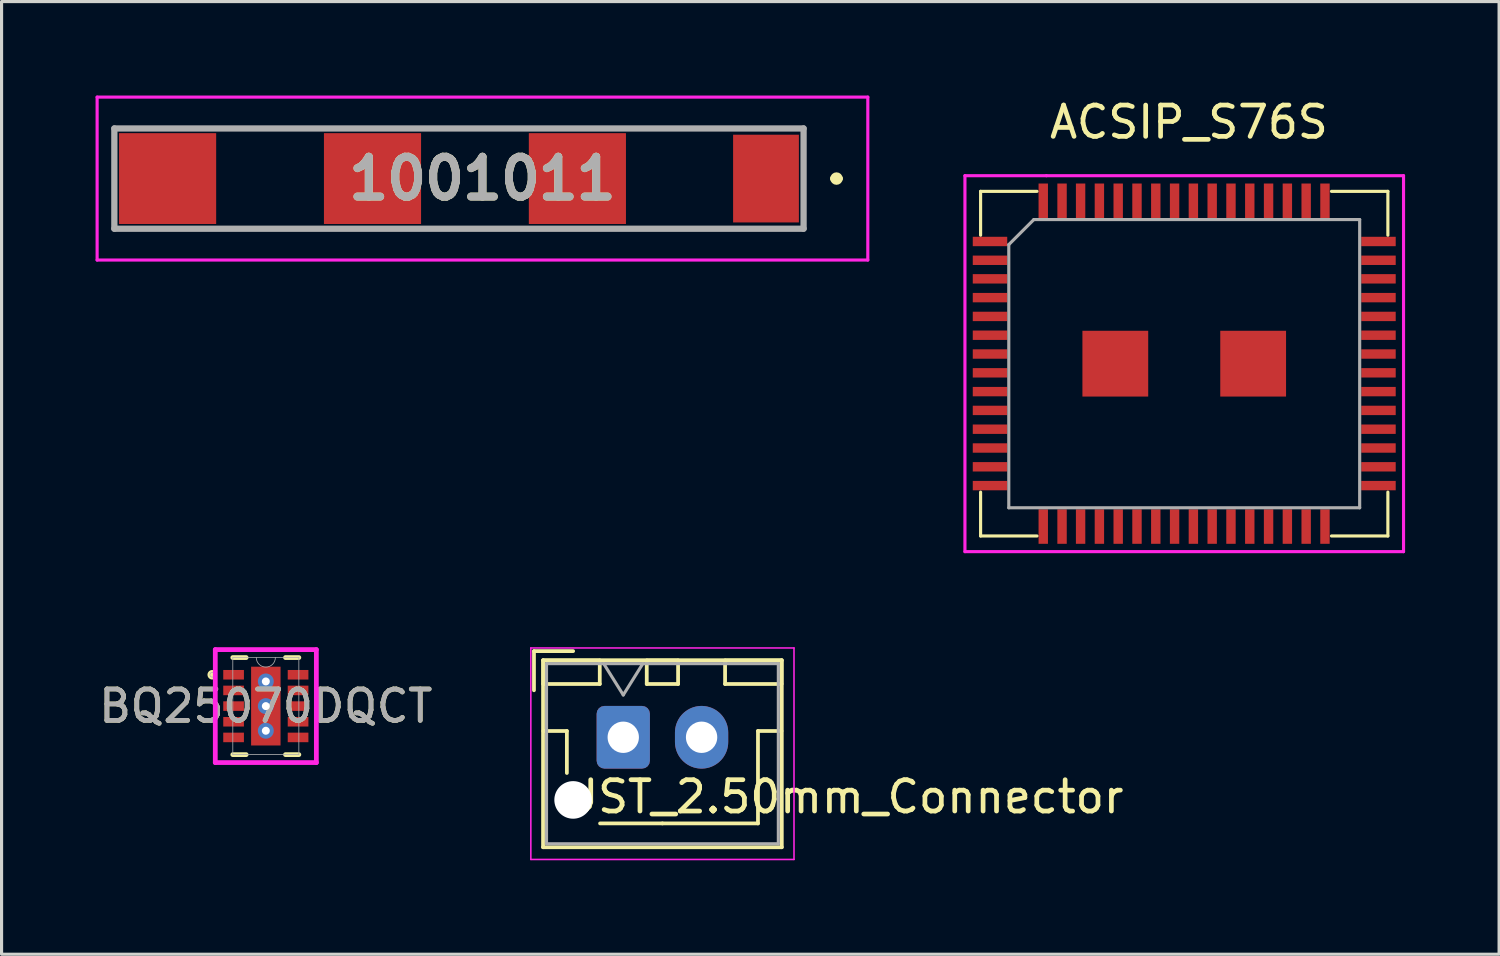
<source format=kicad_pcb>
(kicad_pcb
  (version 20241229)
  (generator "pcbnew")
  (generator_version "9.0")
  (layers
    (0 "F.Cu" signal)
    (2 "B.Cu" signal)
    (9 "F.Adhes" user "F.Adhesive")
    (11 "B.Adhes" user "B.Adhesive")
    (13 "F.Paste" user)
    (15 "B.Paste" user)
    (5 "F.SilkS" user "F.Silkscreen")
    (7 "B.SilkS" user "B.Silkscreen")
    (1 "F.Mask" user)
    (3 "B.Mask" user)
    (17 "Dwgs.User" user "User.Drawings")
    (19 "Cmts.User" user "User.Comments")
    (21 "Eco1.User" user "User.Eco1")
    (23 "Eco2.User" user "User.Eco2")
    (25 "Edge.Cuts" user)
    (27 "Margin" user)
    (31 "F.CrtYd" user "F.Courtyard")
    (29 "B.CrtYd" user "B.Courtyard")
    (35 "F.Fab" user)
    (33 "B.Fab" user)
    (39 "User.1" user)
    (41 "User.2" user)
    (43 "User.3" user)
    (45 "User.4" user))
  (footprint "1001011"
    (layer "F.Cu")
    (at 11.6 2.65)
    (property "Reference" "1001011" (at 0.75 0 0) (layer "F.SilkS") (effects (font (size 1.27 1.27) (thickness 0.254))))
    (attr smd)
    (fp_line (start 11.95 0) (end 11.95 0) (stroke (width 0.2) (type solid)) (layer "F.SilkS"))
    (fp_line (start 12.15 0) (end 12.15 0) (stroke (width 0.2) (type solid)) (layer "F.SilkS"))
    (fp_arc (start 11.95 0) (mid 12.05 -0.1) (end 12.15 0) (stroke (width 0.2) (type solid)) (layer "F.SilkS"))
    (fp_arc (start 12.15 0) (mid 12.05 0.1) (end 11.95 0) (stroke (width 0.2) (type solid)) (layer "F.SilkS"))
    (fp_line (start -11.55 -2.6) (end 13.05 -2.6) (stroke (width 0.1) (type solid)) (layer "F.CrtYd"))
    (fp_line (start -11.55 2.6) (end -11.55 -2.6) (stroke (width 0.1) (type solid)) (layer "F.CrtYd"))
    (fp_line (start 13.05 -2.6) (end 13.05 2.6) (stroke (width 0.1) (type solid)) (layer "F.CrtYd"))
    (fp_line (start 13.05 2.6) (end -11.55 2.6) (stroke (width 0.1) (type solid)) (layer "F.CrtYd"))
    (fp_line (start -11 -1.6) (end 11 -1.6) (stroke (width 0.2) (type solid)) (layer "F.Fab"))
    (fp_line (start -11 1.6) (end -11 -1.6) (stroke (width 0.2) (type solid)) (layer "F.Fab"))
    (fp_line (start 11 -1.6) (end 11 1.6) (stroke (width 0.2) (type solid)) (layer "F.Fab"))
    (fp_line (start 11 1.6) (end -11 1.6) (stroke (width 0.2) (type solid)) (layer "F.Fab"))
    (fp_text user "${REFERENCE}" (at 0.75 0 0) (layer "F.Fab") (effects (font (size 1.27 1.27) (thickness 0.254))))
    (pad "1" smd rect (at 9.8 0) (size 2.1 2.8) (layers "F.Cu" "F.Mask" "F.Paste"))
    (pad "2" smd rect (at 3.78 0 90) (size 2.9 3.1) (layers "F.Cu" "F.Mask" "F.Paste"))
    (pad "3" smd rect (at -2.76 0 90) (size 2.9 3.1) (layers "F.Cu" "F.Mask" "F.Paste"))
    (pad "4" smd rect (at -9.3 0 90) (size 2.9 3.1) (layers "F.Cu" "F.Mask" "F.Paste")))
  (footprint "JST_2.50mm_Connector"
    (layer "F.Cu")
    (at 16.844 20.483)
    (property "Reference" "JST_2.50mm_Connector" (at 7.2 1.9 180) (layer "F.SilkS") (effects (font (size 1 1) (thickness 0.15))))
    (attr through_hole)
    (fp_line (start -2.85 -2.75) (end -2.85 -1.5) (stroke (width 0.12) (type solid)) (layer "F.SilkS"))
    (fp_line (start -2.56 -2.46) (end -2.56 3.51) (stroke (width 0.12) (type solid)) (layer "F.SilkS"))
    (fp_line (start -2.56 3.51) (end 5.06 3.51) (stroke (width 0.12) (type solid)) (layer "F.SilkS"))
    (fp_line (start -2.55 -2.45) (end -2.55 -1.7) (stroke (width 0.12) (type solid)) (layer "F.SilkS"))
    (fp_line (start -2.55 -1.7) (end -0.75 -1.7) (stroke (width 0.12) (type solid)) (layer "F.SilkS"))
    (fp_line (start -2.55 -0.2) (end -1.8 -0.2) (stroke (width 0.12) (type solid)) (layer "F.SilkS"))
    (fp_line (start -1.8 -0.2) (end -1.8 1.14) (stroke (width 0.12) (type solid)) (layer "F.SilkS"))
    (fp_line (start -1.6 -2.75) (end -2.85 -2.75) (stroke (width 0.12) (type solid)) (layer "F.SilkS"))
    (fp_line (start -0.75 -2.45) (end -2.55 -2.45) (stroke (width 0.12) (type solid)) (layer "F.SilkS"))
    (fp_line (start -0.75 -1.7) (end -0.75 -2.45) (stroke (width 0.12) (type solid)) (layer "F.SilkS"))
    (fp_line (start 0.75 -2.45) (end 0.75 -1.7) (stroke (width 0.12) (type solid)) (layer "F.SilkS"))
    (fp_line (start 0.75 -1.7) (end 1.75 -1.7) (stroke (width 0.12) (type solid)) (layer "F.SilkS"))
    (fp_line (start 1.25 2.75) (end -0.74 2.75) (stroke (width 0.12) (type solid)) (layer "F.SilkS"))
    (fp_line (start 1.75 -2.45) (end 0.75 -2.45) (stroke (width 0.12) (type solid)) (layer "F.SilkS"))
    (fp_line (start 1.75 -1.7) (end 1.75 -2.45) (stroke (width 0.12) (type solid)) (layer "F.SilkS"))
    (fp_line (start 3.25 -2.45) (end 3.25 -1.7) (stroke (width 0.12) (type solid)) (layer "F.SilkS"))
    (fp_line (start 3.25 -1.7) (end 5.05 -1.7) (stroke (width 0.12) (type solid)) (layer "F.SilkS"))
    (fp_line (start 4.3 -0.2) (end 4.3 2.75) (stroke (width 0.12) (type solid)) (layer "F.SilkS"))
    (fp_line (start 4.3 2.75) (end 1.25 2.75) (stroke (width 0.12) (type solid)) (layer "F.SilkS"))
    (fp_line (start 5.05 -2.45) (end 3.25 -2.45) (stroke (width 0.12) (type solid)) (layer "F.SilkS"))
    (fp_line (start 5.05 -1.7) (end 5.05 -2.45) (stroke (width 0.12) (type solid)) (layer "F.SilkS"))
    (fp_line (start 5.05 -0.2) (end 4.3 -0.2) (stroke (width 0.12) (type solid)) (layer "F.SilkS"))
    (fp_line (start 5.06 -2.46) (end -2.56 -2.46) (stroke (width 0.12) (type solid)) (layer "F.SilkS"))
    (fp_line (start 5.06 3.51) (end 5.06 -2.46) (stroke (width 0.12) (type solid)) (layer "F.SilkS"))
    (fp_line (start -2.95 -2.85) (end -2.95 3.9) (stroke (width 0.05) (type solid)) (layer "F.CrtYd"))
    (fp_line (start -2.95 3.9) (end 5.45 3.9) (stroke (width 0.05) (type solid)) (layer "F.CrtYd"))
    (fp_line (start 5.45 -2.85) (end -2.95 -2.85) (stroke (width 0.05) (type solid)) (layer "F.CrtYd"))
    (fp_line (start 5.45 3.9) (end 5.45 -2.85) (stroke (width 0.05) (type solid)) (layer "F.CrtYd"))
    (fp_line (start -2.45 -2.35) (end -2.45 3.4) (stroke (width 0.1) (type solid)) (layer "F.Fab"))
    (fp_line (start -2.45 3.4) (end 4.95 3.4) (stroke (width 0.1) (type solid)) (layer "F.Fab"))
    (fp_line (start -0.625 -2.35) (end 0 -1.35) (stroke (width 0.1) (type solid)) (layer "F.Fab"))
    (fp_line (start 0 -1.35) (end 0.625 -2.35) (stroke (width 0.1) (type solid)) (layer "F.Fab"))
    (fp_line (start 4.95 -2.35) (end -2.45 -2.35) (stroke (width 0.1) (type solid)) (layer "F.Fab"))
    (fp_line (start 4.95 3.4) (end 4.95 -2.35) (stroke (width 0.1) (type solid)) (layer "F.Fab"))
    (pad "" np_thru_hole circle (at -1.6 2) (size 1.2 1.2) (drill 1.2) (layers "*.Cu" "*.Mask"))
    (pad "1" thru_hole roundrect (at 0 0) (size 1.7 2) (drill 1) (layers "*.Cu" "*.Mask") (roundrect_rratio 0.147))
    (pad "2" thru_hole oval (at 2.5 0) (size 1.7 2) (drill 1) (layers "*.Cu" "*.Mask")))
  (footprint "BQ25070DQCT"
    (layer "F.Cu")
    (at 5.435 19.488)
    (property "Reference" "BQ25070DQCT" (at 0 0 0) (unlocked yes) (layer "F.SilkS") (effects (font (size 1 1) (thickness 0.15))))
    (attr smd)
    (fp_poly (pts (xy -0.533 -1.321) (xy -0.2 -1.321) (xy -0.2 1.321) (xy -0.533 1.321)) (stroke (width 0) (type solid)) (fill yes) (layer "F.Mask"))
    (fp_poly (pts (xy -0.533 -1.321) (xy 0.533 -1.321) (xy 0.533 -0.987) (xy -0.533 -0.987)) (stroke (width 0) (type solid)) (fill yes) (layer "F.Mask"))
    (fp_poly (pts (xy -0.533 -0.587) (xy 0.533 -0.587) (xy 0.533 -0.2) (xy -0.533 -0.2)) (stroke (width 0) (type solid)) (fill yes) (layer "F.Mask"))
    (fp_poly (pts (xy -0.533 0.2) (xy 0.533 0.2) (xy 0.533 0.587) (xy -0.533 0.587)) (stroke (width 0) (type solid)) (fill yes) (layer "F.Mask"))
    (fp_poly (pts (xy -0.533 0.987) (xy 0.533 0.987) (xy 0.533 1.321) (xy -0.533 1.321)) (stroke (width 0) (type solid)) (fill yes) (layer "F.Mask"))
    (fp_poly (pts (xy 0.2 -1.321) (xy 0.533 -1.321) (xy 0.533 1.321) (xy 0.2 1.321)) (stroke (width 0) (type solid)) (fill yes) (layer "F.Mask"))
    (fp_line (start -1.054 1.549) (end -0.629 1.549) (stroke (width 0.152) (type solid)) (layer "F.SilkS"))
    (fp_line (start -0.629 -1.549) (end -1.054 -1.549) (stroke (width 0.152) (type solid)) (layer "F.SilkS"))
    (fp_line (start 0.629 1.549) (end 1.054 1.549) (stroke (width 0.152) (type solid)) (layer "F.SilkS"))
    (fp_line (start 1.054 -1.549) (end 0.629 -1.549) (stroke (width 0.152) (type solid)) (layer "F.SilkS"))
    (fp_arc (start -1.69164 -0.926171) (mid -1.7867 -1) (end -1.69164 -1.073829) (stroke (width 0.1524) (type solid)) (layer "F.SilkS"))
    (fp_poly (pts (xy -0.395 -1.182) (xy -0.395 -0.887) (xy -0.241 -0.887) (xy -0.1 -1.029) (xy -0.1 -1.182)) (stroke (width 0) (type solid)) (fill yes) (layer "F.Paste"))
    (fp_poly (pts (xy -0.395 0.887) (xy -0.395 1.182) (xy -0.1 1.182) (xy -0.1 1.029) (xy -0.241 0.887)) (stroke (width 0) (type solid)) (fill yes) (layer "F.Paste"))
    (fp_poly (pts (xy 0.1 -1.182) (xy 0.1 -1.029) (xy 0.241 -0.887) (xy 0.395 -0.887) (xy 0.395 -1.182)) (stroke (width 0) (type solid)) (fill yes) (layer "F.Paste"))
    (fp_poly (pts (xy 0.241 0.887) (xy 0.1 1.029) (xy 0.1 1.182) (xy 0.395 1.182) (xy 0.395 0.887)) (stroke (width 0) (type solid)) (fill yes) (layer "F.Paste"))
    (fp_poly (pts (xy -0.395 -0.687) (xy -0.395 -0.1) (xy -0.241 -0.1) (xy -0.1 -0.241) (xy -0.1 -0.546) (xy -0.241 -0.687)) (stroke (width 0) (type solid)) (fill yes) (layer "F.Paste"))
    (fp_poly (pts (xy -0.395 0.1) (xy -0.395 0.687) (xy -0.241 0.687) (xy -0.1 0.546) (xy -0.1 0.241) (xy -0.241 0.1)) (stroke (width 0) (type solid)) (fill yes) (layer "F.Paste"))
    (fp_poly (pts (xy 0.241 -0.687) (xy 0.1 -0.546) (xy 0.1 -0.241) (xy 0.241 -0.1) (xy 0.395 -0.1) (xy 0.395 -0.687)) (stroke (width 0) (type solid)) (fill yes) (layer "F.Paste"))
    (fp_poly (pts (xy 0.241 0.1) (xy 0.1 0.241) (xy 0.1 0.546) (xy 0.241 0.687) (xy 0.395 0.687) (xy 0.395 0.1)) (stroke (width 0) (type solid)) (fill yes) (layer "F.Paste"))
    (fp_line (start -1.613 -1.803) (end 1.613 -1.803) (stroke (width 0.152) (type solid)) (layer "F.CrtYd"))
    (fp_line (start -1.613 1.803) (end -1.613 -1.803) (stroke (width 0.152) (type solid)) (layer "F.CrtYd"))
    (fp_line (start 1.613 -1.803) (end 1.613 1.803) (stroke (width 0.152) (type solid)) (layer "F.CrtYd"))
    (fp_line (start 1.613 1.803) (end -1.613 1.803) (stroke (width 0.152) (type solid)) (layer "F.CrtYd"))
    (fp_line (start -1.054 -1.549) (end -1.054 1.549) (stroke (width 0.025) (type solid)) (layer "F.Fab"))
    (fp_line (start -1.054 1.549) (end 1.054 1.549) (stroke (width 0.025) (type solid)) (layer "F.Fab"))
    (fp_line (start 1.054 -1.549) (end -1.054 -1.549) (stroke (width 0.025) (type solid)) (layer "F.Fab"))
    (fp_line (start 1.054 1.549) (end 1.054 -1.549) (stroke (width 0.025) (type solid)) (layer "F.Fab"))
    (fp_arc (start 0.3048 -1.5494) (mid 0 -1.2446) (end -0.3048 -1.5494) (stroke (width 0.0254) (type solid)) (layer "F.Fab"))
    (fp_circle (center -1.71 -1) (end -1.634 -1) (stroke (width 0.025) (type solid)) (fill no) (layer "F.Fab"))
    (fp_text user "${REFERENCE}" (at 0 0 0) (unlocked yes) (layer "F.Fab") (effects (font (size 1 1) (thickness 0.15))))
    (pad "1" smd rect (at -1.029 -1) (size 0.66 0.305) (layers "F.Cu" "F.Mask" "F.Paste"))
    (pad "2" smd rect (at -1.029 -0.5) (size 0.66 0.305) (layers "F.Cu" "F.Mask" "F.Paste"))
    (pad "3" smd rect (at -1.029 0) (size 0.66 0.305) (layers "F.Cu" "F.Mask" "F.Paste"))
    (pad "4" smd rect (at -1.029 0.5) (size 0.66 0.305) (layers "F.Cu" "F.Mask" "F.Paste"))
    (pad "5" smd rect (at -1.029 1) (size 0.66 0.305) (layers "F.Cu" "F.Mask" "F.Paste"))
    (pad "6" smd rect (at 1.029 1) (size 0.66 0.305) (layers "F.Cu" "F.Mask" "F.Paste"))
    (pad "7" smd rect (at 1.029 0.5) (size 0.66 0.305) (layers "F.Cu" "F.Mask" "F.Paste"))
    (pad "8" smd rect (at 1.029 0) (size 0.66 0.305) (layers "F.Cu" "F.Mask" "F.Paste"))
    (pad "9" smd rect (at 1.029 -0.5) (size 0.66 0.305) (layers "F.Cu" "F.Mask" "F.Paste"))
    (pad "10" smd rect (at 1.029 -1) (size 0.66 0.305) (layers "F.Cu" "F.Mask" "F.Paste"))
    (pad "11" smd rect (at 0 0) (size 0.94 2.515) (layers "F.Cu" "F.Mask"))
    (pad "V" thru_hole circle (at 0 -0.787) (size 0.508 0.508) (drill 0.254) (layers "*.Cu" "*.Mask"))
    (pad "V" thru_hole circle (at 0 0) (size 0.508 0.508) (drill 0.254) (layers "*.Cu" "*.Mask"))
    (pad "V" thru_hole circle (at 0 0.787) (size 0.508 0.508) (drill 0.254) (layers "*.Cu" "*.Mask")))
  (footprint "ACSIP_S76S"
    (layer "F.Cu")
    (at 28.55 4.658)
    (property "Reference" "ACSIP_S76S" (at 6.35 -3.81 0) (layer "F.SilkS") (effects (font (size 1 1) (thickness 0.15))))
    (attr through_hole)
    (fp_line (start -0.3 -1.6) (end 1.5 -1.6) (stroke (width 0.1) (type solid)) (layer "F.SilkS"))
    (fp_line (start -0.3 -0.2) (end -0.3 -1.6) (stroke (width 0.1) (type solid)) (layer "F.SilkS"))
    (fp_line (start -0.3 8) (end -0.3 9.4) (stroke (width 0.1) (type solid)) (layer "F.SilkS"))
    (fp_line (start -0.3 9.4) (end 1.5 9.4) (stroke (width 0.1) (type solid)) (layer "F.SilkS"))
    (fp_line (start 12.7 -1.6) (end 10.9 -1.6) (stroke (width 0.1) (type solid)) (layer "F.SilkS"))
    (fp_line (start 12.7 -0.2) (end 12.7 -1.6) (stroke (width 0.1) (type solid)) (layer "F.SilkS"))
    (fp_line (start 12.7 8) (end 12.7 9.4) (stroke (width 0.1) (type solid)) (layer "F.SilkS"))
    (fp_line (start 12.7 9.4) (end 10.9 9.4) (stroke (width 0.1) (type solid)) (layer "F.SilkS"))
    (fp_line (start -0.8 -2.1) (end -0.8 9.9) (stroke (width 0.1) (type solid)) (layer "F.CrtYd"))
    (fp_line (start -0.8 9.9) (end 13.2 9.9) (stroke (width 0.1) (type solid)) (layer "F.CrtYd"))
    (fp_line (start 1.8 -2.1) (end -0.8 -2.1) (stroke (width 0.1) (type solid)) (layer "F.CrtYd"))
    (fp_line (start 13.2 -2.1) (end 1.8 -2.1) (stroke (width 0.1) (type solid)) (layer "F.CrtYd"))
    (fp_line (start 13.2 9.9) (end 13.2 -2.1) (stroke (width 0.1) (type solid)) (layer "F.CrtYd"))
    (fp_line (start 0.6 0.1) (end 0.6 8.5) (stroke (width 0.1) (type solid)) (layer "F.Fab"))
    (fp_line (start 0.6 8.5) (end 11.8 8.5) (stroke (width 0.1) (type solid)) (layer "F.Fab"))
    (fp_line (start 1.4 -0.7) (end 0.6 0.1) (stroke (width 0.1) (type solid)) (layer "F.Fab"))
    (fp_line (start 11.8 -0.7) (end 1.4 -0.7) (stroke (width 0.1) (type solid)) (layer "F.Fab"))
    (fp_line (start 11.8 8.5) (end 11.8 -0.7) (stroke (width 0.1) (type solid)) (layer "F.Fab"))
    (pad "1" smd rect (at 0 0) (size 1.1 0.3) (layers "F.Cu" "F.Mask" "F.Paste"))
    (pad "2" smd rect (at 0 0.6) (size 1.1 0.3) (layers "F.Cu" "F.Mask" "F.Paste"))
    (pad "3" smd rect (at 0 1.192) (size 1.1 0.3) (layers "F.Cu" "F.Mask" "F.Paste"))
    (pad "4" smd rect (at 0 1.792) (size 1.1 0.3) (layers "F.Cu" "F.Mask" "F.Paste"))
    (pad "5" smd rect (at 0 2.392) (size 1.1 0.3) (layers "F.Cu" "F.Mask" "F.Paste"))
    (pad "6" smd rect (at 0 2.992) (size 1.1 0.3) (layers "F.Cu" "F.Mask" "F.Paste"))
    (pad "7" smd rect (at 0 3.592) (size 1.1 0.3) (layers "F.Cu" "F.Mask" "F.Paste"))
    (pad "8" smd rect (at 0 4.192) (size 1.1 0.3) (layers "F.Cu" "F.Mask" "F.Paste"))
    (pad "9" smd rect (at 0 4.792) (size 1.1 0.3) (layers "F.Cu" "F.Mask" "F.Paste"))
    (pad "10" smd rect (at 0 5.392) (size 1.1 0.3) (layers "F.Cu" "F.Mask" "F.Paste"))
    (pad "11" smd rect (at 0 5.992) (size 1.1 0.3) (layers "F.Cu" "F.Mask" "F.Paste"))
    (pad "12" smd rect (at 0 6.592) (size 1.1 0.3) (layers "F.Cu" "F.Mask" "F.Paste"))
    (pad "13" smd rect (at 0 7.192) (size 1.1 0.3) (layers "F.Cu" "F.Mask" "F.Paste"))
    (pad "14" smd rect (at 0 7.792) (size 1.1 0.3) (layers "F.Cu" "F.Mask" "F.Paste"))
    (pad "15" smd rect (at 1.7 9.1 90) (size 1.1 0.3) (layers "F.Cu" "F.Mask" "F.Paste"))
    (pad "16" smd rect (at 2.3 9.1 90) (size 1.1 0.3) (layers "F.Cu" "F.Mask" "F.Paste"))
    (pad "17" smd rect (at 2.892 9.1 90) (size 1.1 0.3) (layers "F.Cu" "F.Mask" "F.Paste"))
    (pad "18" smd rect (at 3.492 9.1 90) (size 1.1 0.3) (layers "F.Cu" "F.Mask" "F.Paste"))
    (pad "19" smd rect (at 4.092 9.1 90) (size 1.1 0.3) (layers "F.Cu" "F.Mask" "F.Paste"))
    (pad "20" smd rect (at 4.692 9.1 90) (size 1.1 0.3) (layers "F.Cu" "F.Mask" "F.Paste"))
    (pad "21" smd rect (at 5.292 9.1 90) (size 1.1 0.3) (layers "F.Cu" "F.Mask" "F.Paste"))
    (pad "22" smd rect (at 5.892 9.1 90) (size 1.1 0.3) (layers "F.Cu" "F.Mask" "F.Paste"))
    (pad "23" smd rect (at 6.492 9.1 90) (size 1.1 0.3) (layers "F.Cu" "F.Mask" "F.Paste"))
    (pad "24" smd rect (at 7.092 9.1 90) (size 1.1 0.3) (layers "F.Cu" "F.Mask" "F.Paste"))
    (pad "25" smd rect (at 7.692 9.1 90) (size 1.1 0.3) (layers "F.Cu" "F.Mask" "F.Paste"))
    (pad "26" smd rect (at 8.292 9.1 90) (size 1.1 0.3) (layers "F.Cu" "F.Mask" "F.Paste"))
    (pad "27" smd rect (at 8.892 9.1 90) (size 1.1 0.3) (layers "F.Cu" "F.Mask" "F.Paste"))
    (pad "28" smd rect (at 9.492 9.1 90) (size 1.1 0.3) (layers "F.Cu" "F.Mask" "F.Paste"))
    (pad "29" smd rect (at 10.092 9.1 90) (size 1.1 0.3) (layers "F.Cu" "F.Mask" "F.Paste"))
    (pad "30" smd rect (at 10.692 9.1 90) (size 1.1 0.3) (layers "F.Cu" "F.Mask" "F.Paste"))
    (pad "31" smd rect (at 12.4 7.792) (size 1.1 0.3) (layers "F.Cu" "F.Mask" "F.Paste"))
    (pad "32" smd rect (at 12.4 7.192) (size 1.1 0.3) (layers "F.Cu" "F.Mask" "F.Paste"))
    (pad "33" smd rect (at 12.4 6.592) (size 1.1 0.3) (layers "F.Cu" "F.Mask" "F.Paste"))
    (pad "34" smd rect (at 12.4 5.992) (size 1.1 0.3) (layers "F.Cu" "F.Mask" "F.Paste"))
    (pad "35" smd rect (at 12.4 5.392) (size 1.1 0.3) (layers "F.Cu" "F.Mask" "F.Paste"))
    (pad "36" smd rect (at 12.4 4.792) (size 1.1 0.3) (layers "F.Cu" "F.Mask" "F.Paste"))
    (pad "37" smd rect (at 12.4 4.192) (size 1.1 0.3) (layers "F.Cu" "F.Mask" "F.Paste"))
    (pad "38" smd rect (at 12.4 3.592) (size 1.1 0.3) (layers "F.Cu" "F.Mask" "F.Paste"))
    (pad "39" smd rect (at 12.4 2.992) (size 1.1 0.3) (layers "F.Cu" "F.Mask" "F.Paste"))
    (pad "40" smd rect (at 12.4 2.392) (size 1.1 0.3) (layers "F.Cu" "F.Mask" "F.Paste"))
    (pad "41" smd rect (at 12.4 1.792) (size 1.1 0.3) (layers "F.Cu" "F.Mask" "F.Paste"))
    (pad "42" smd rect (at 12.4 1.192) (size 1.1 0.3) (layers "F.Cu" "F.Mask" "F.Paste"))
    (pad "43" smd rect (at 12.4 0.6) (size 1.1 0.3) (layers "F.Cu" "F.Mask" "F.Paste"))
    (pad "44" smd rect (at 12.4 0) (size 1.1 0.3) (layers "F.Cu" "F.Mask" "F.Paste"))
    (pad "45" smd rect (at 10.692 -1.3 90) (size 1.1 0.3) (layers "F.Cu" "F.Mask" "F.Paste"))
    (pad "46" smd rect (at 10.092 -1.3 90) (size 1.1 0.3) (layers "F.Cu" "F.Mask" "F.Paste"))
    (pad "47" smd rect (at 9.492 -1.3 90) (size 1.1 0.3) (layers "F.Cu" "F.Mask" "F.Paste"))
    (pad "48" smd rect (at 8.892 -1.3 90) (size 1.1 0.3) (layers "F.Cu" "F.Mask" "F.Paste"))
    (pad "49" smd rect (at 8.292 -1.3 90) (size 1.1 0.3) (layers "F.Cu" "F.Mask" "F.Paste"))
    (pad "50" smd rect (at 7.692 -1.3 90) (size 1.1 0.3) (layers "F.Cu" "F.Mask" "F.Paste"))
    (pad "51" smd rect (at 7.092 -1.3 90) (size 1.1 0.3) (layers "F.Cu" "F.Mask" "F.Paste"))
    (pad "52" smd rect (at 6.492 -1.3 90) (size 1.1 0.3) (layers "F.Cu" "F.Mask" "F.Paste"))
    (pad "53" smd rect (at 5.892 -1.3 90) (size 1.1 0.3) (layers "F.Cu" "F.Mask" "F.Paste"))
    (pad "54" smd rect (at 5.292 -1.3 90) (size 1.1 0.3) (layers "F.Cu" "F.Mask" "F.Paste"))
    (pad "55" smd rect (at 4.692 -1.3 90) (size 1.1 0.3) (layers "F.Cu" "F.Mask" "F.Paste"))
    (pad "56" smd rect (at 4.092 -1.3 90) (size 1.1 0.3) (layers "F.Cu" "F.Mask" "F.Paste"))
    (pad "57" smd rect (at 3.492 -1.3 90) (size 1.1 0.3) (layers "F.Cu" "F.Mask" "F.Paste"))
    (pad "58" smd rect (at 2.892 -1.3 90) (size 1.1 0.3) (layers "F.Cu" "F.Mask" "F.Paste"))
    (pad "59" smd rect (at 2.3 -1.3 90) (size 1.1 0.3) (layers "F.Cu" "F.Mask" "F.Paste"))
    (pad "60" smd rect (at 1.7 -1.3 90) (size 1.1 0.3) (layers "F.Cu" "F.Mask" "F.Paste"))
    (pad "61" smd rect (at 4 3.9 90) (size 2.1 2.1) (layers "F.Cu" "F.Mask" "F.Paste"))
    (pad "62" smd rect (at 8.4 3.9 90) (size 2.1 2.1) (layers "F.Cu" "F.Mask" "F.Paste")))
  (gr_rect
    (start -3 -3)
    (end 44.8 27.408)
    (stroke (width 0.1) (type default))
    (fill no)
    (layer "Edge.Cuts")))
</source>
